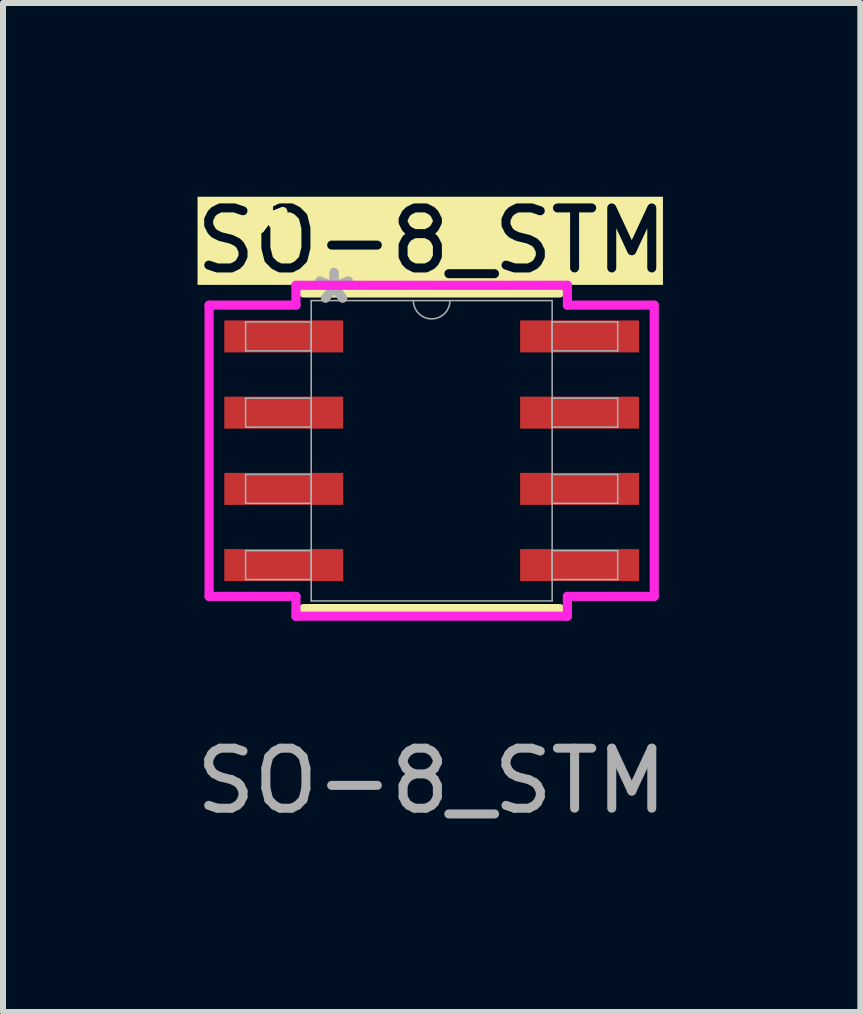
<source format=kicad_pcb>
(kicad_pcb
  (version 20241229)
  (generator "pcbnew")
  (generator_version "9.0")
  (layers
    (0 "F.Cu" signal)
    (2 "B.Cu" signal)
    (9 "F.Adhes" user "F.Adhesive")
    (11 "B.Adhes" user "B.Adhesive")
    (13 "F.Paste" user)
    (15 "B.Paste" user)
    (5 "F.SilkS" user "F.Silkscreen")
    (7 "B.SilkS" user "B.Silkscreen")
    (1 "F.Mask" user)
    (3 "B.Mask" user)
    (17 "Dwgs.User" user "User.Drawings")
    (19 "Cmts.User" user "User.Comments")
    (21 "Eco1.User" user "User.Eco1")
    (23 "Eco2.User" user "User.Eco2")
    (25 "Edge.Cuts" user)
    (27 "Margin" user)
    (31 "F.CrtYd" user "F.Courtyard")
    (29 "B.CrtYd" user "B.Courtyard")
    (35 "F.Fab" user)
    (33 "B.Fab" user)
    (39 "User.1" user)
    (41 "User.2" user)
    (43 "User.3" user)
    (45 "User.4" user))
  (footprint "SO-8_STM"
    (layer "F.Cu")
    (at 4.141 4.459)
    (property "Reference" "SO-8_STM" (at 0 -3.5 0) (unlocked yes) (layer "F.SilkS" knockout) (effects (font (size 1 1) (thickness 0.15))))
    (attr smd)
    (fp_line (start -2.134 2.629) (end 2.134 2.629) (stroke (width 0.152) (type solid)) (layer "F.SilkS"))
    (fp_line (start 2.134 -2.629) (end -2.134 -2.629) (stroke (width 0.152) (type solid)) (layer "F.SilkS"))
    (fp_line (start -3.708 -2.426) (end -2.261 -2.426) (stroke (width 0.152) (type solid)) (layer "F.CrtYd"))
    (fp_line (start -3.708 2.426) (end -3.708 -2.426) (stroke (width 0.152) (type solid)) (layer "F.CrtYd"))
    (fp_line (start -3.708 2.426) (end -2.261 2.426) (stroke (width 0.152) (type solid)) (layer "F.CrtYd"))
    (fp_line (start -2.261 -2.756) (end 2.261 -2.756) (stroke (width 0.152) (type solid)) (layer "F.CrtYd"))
    (fp_line (start -2.261 -2.426) (end -2.261 -2.756) (stroke (width 0.152) (type solid)) (layer "F.CrtYd"))
    (fp_line (start -2.261 2.756) (end -2.261 2.426) (stroke (width 0.152) (type solid)) (layer "F.CrtYd"))
    (fp_line (start 2.261 -2.756) (end 2.261 -2.426) (stroke (width 0.152) (type solid)) (layer "F.CrtYd"))
    (fp_line (start 2.261 2.426) (end 2.261 2.756) (stroke (width 0.152) (type solid)) (layer "F.CrtYd"))
    (fp_line (start 2.261 2.756) (end -2.261 2.756) (stroke (width 0.152) (type solid)) (layer "F.CrtYd"))
    (fp_line (start 3.708 -2.426) (end 2.261 -2.426) (stroke (width 0.152) (type solid)) (layer "F.CrtYd"))
    (fp_line (start 3.708 -2.426) (end 3.708 2.426) (stroke (width 0.152) (type solid)) (layer "F.CrtYd"))
    (fp_line (start 3.708 2.426) (end 2.261 2.426) (stroke (width 0.152) (type solid)) (layer "F.CrtYd"))
    (fp_line (start -3.099 -2.146) (end -3.099 -1.664) (stroke (width 0.025) (type solid)) (layer "F.Fab"))
    (fp_line (start -3.099 -1.664) (end -2.007 -1.664) (stroke (width 0.025) (type solid)) (layer "F.Fab"))
    (fp_line (start -3.099 -0.876) (end -3.099 -0.394) (stroke (width 0.025) (type solid)) (layer "F.Fab"))
    (fp_line (start -3.099 -0.394) (end -2.007 -0.394) (stroke (width 0.025) (type solid)) (layer "F.Fab"))
    (fp_line (start -3.099 0.394) (end -3.099 0.876) (stroke (width 0.025) (type solid)) (layer "F.Fab"))
    (fp_line (start -3.099 0.876) (end -2.007 0.876) (stroke (width 0.025) (type solid)) (layer "F.Fab"))
    (fp_line (start -3.099 1.664) (end -3.099 2.146) (stroke (width 0.025) (type solid)) (layer "F.Fab"))
    (fp_line (start -3.099 2.146) (end -2.007 2.146) (stroke (width 0.025) (type solid)) (layer "F.Fab"))
    (fp_line (start -2.007 -2.502) (end -2.007 2.502) (stroke (width 0.025) (type solid)) (layer "F.Fab"))
    (fp_line (start -2.007 -2.146) (end -3.099 -2.146) (stroke (width 0.025) (type solid)) (layer "F.Fab"))
    (fp_line (start -2.007 -1.664) (end -2.007 -2.146) (stroke (width 0.025) (type solid)) (layer "F.Fab"))
    (fp_line (start -2.007 -0.876) (end -3.099 -0.876) (stroke (width 0.025) (type solid)) (layer "F.Fab"))
    (fp_line (start -2.007 -0.394) (end -2.007 -0.876) (stroke (width 0.025) (type solid)) (layer "F.Fab"))
    (fp_line (start -2.007 0.394) (end -3.099 0.394) (stroke (width 0.025) (type solid)) (layer "F.Fab"))
    (fp_line (start -2.007 0.876) (end -2.007 0.394) (stroke (width 0.025) (type solid)) (layer "F.Fab"))
    (fp_line (start -2.007 1.664) (end -3.099 1.664) (stroke (width 0.025) (type solid)) (layer "F.Fab"))
    (fp_line (start -2.007 2.146) (end -2.007 1.664) (stroke (width 0.025) (type solid)) (layer "F.Fab"))
    (fp_line (start -2.007 2.502) (end 2.007 2.502) (stroke (width 0.025) (type solid)) (layer "F.Fab"))
    (fp_line (start 2.007 -2.502) (end -2.007 -2.502) (stroke (width 0.025) (type solid)) (layer "F.Fab"))
    (fp_line (start 2.007 -2.146) (end 2.007 -1.664) (stroke (width 0.025) (type solid)) (layer "F.Fab"))
    (fp_line (start 2.007 -1.664) (end 3.099 -1.664) (stroke (width 0.025) (type solid)) (layer "F.Fab"))
    (fp_line (start 2.007 -0.876) (end 2.007 -0.394) (stroke (width 0.025) (type solid)) (layer "F.Fab"))
    (fp_line (start 2.007 -0.394) (end 3.099 -0.394) (stroke (width 0.025) (type solid)) (layer "F.Fab"))
    (fp_line (start 2.007 0.394) (end 2.007 0.876) (stroke (width 0.025) (type solid)) (layer "F.Fab"))
    (fp_line (start 2.007 0.876) (end 3.099 0.876) (stroke (width 0.025) (type solid)) (layer "F.Fab"))
    (fp_line (start 2.007 1.664) (end 2.007 2.146) (stroke (width 0.025) (type solid)) (layer "F.Fab"))
    (fp_line (start 2.007 2.146) (end 3.099 2.146) (stroke (width 0.025) (type solid)) (layer "F.Fab"))
    (fp_line (start 2.007 2.502) (end 2.007 -2.502) (stroke (width 0.025) (type solid)) (layer "F.Fab"))
    (fp_line (start 3.099 -2.146) (end 2.007 -2.146) (stroke (width 0.025) (type solid)) (layer "F.Fab"))
    (fp_line (start 3.099 -1.664) (end 3.099 -2.146) (stroke (width 0.025) (type solid)) (layer "F.Fab"))
    (fp_line (start 3.099 -0.876) (end 2.007 -0.876) (stroke (width 0.025) (type solid)) (layer "F.Fab"))
    (fp_line (start 3.099 -0.394) (end 3.099 -0.876) (stroke (width 0.025) (type solid)) (layer "F.Fab"))
    (fp_line (start 3.099 0.394) (end 2.007 0.394) (stroke (width 0.025) (type solid)) (layer "F.Fab"))
    (fp_line (start 3.099 0.876) (end 3.099 0.394) (stroke (width 0.025) (type solid)) (layer "F.Fab"))
    (fp_line (start 3.099 1.664) (end 2.007 1.664) (stroke (width 0.025) (type solid)) (layer "F.Fab"))
    (fp_line (start 3.099 2.146) (end 3.099 1.664) (stroke (width 0.025) (type solid)) (layer "F.Fab"))
    (fp_arc (start 0.3048 -2.5019) (mid 0 -2.1971) (end -0.3048 -2.5019) (stroke (width 0.0254) (type solid)) (layer "F.Fab"))
    (fp_text user "*" (at -2.718 -3.581 0) (unlocked yes) (layer "F.SilkS") (effects (font (size 1 1) (thickness 0.15))))
    (fp_text user "*" (at -2.718 -3.581 0) (layer "F.SilkS") (effects (font (size 1 1) (thickness 0.15))))
    (fp_text user "*" (at -1.626 -2.426 0) (layer "F.Fab") (effects (font (size 1 1) (thickness 0.15))))
    (fp_text user "${REFERENCE}" (at 0 5.5 0) (unlocked yes) (layer "F.Fab") (effects (font (size 1 1) (thickness 0.15))))
    (fp_text user "*" (at -1.626 -2.426 0) (unlocked yes) (layer "F.Fab") (effects (font (size 1 1) (thickness 0.15))))
    (pad "1" smd rect (at -2.464 -1.905) (size 1.981 0.533) (layers "F.Cu" "F.Mask" "F.Paste"))
    (pad "2" smd rect (at -2.464 -0.635) (size 1.981 0.533) (layers "F.Cu" "F.Mask" "F.Paste"))
    (pad "3" smd rect (at -2.464 0.635) (size 1.981 0.533) (layers "F.Cu" "F.Mask" "F.Paste"))
    (pad "4" smd rect (at -2.464 1.905) (size 1.981 0.533) (layers "F.Cu" "F.Mask" "F.Paste"))
    (pad "5" smd rect (at 2.464 1.905) (size 1.981 0.533) (layers "F.Cu" "F.Mask" "F.Paste"))
    (pad "6" smd rect (at 2.464 0.635) (size 1.981 0.533) (layers "F.Cu" "F.Mask" "F.Paste"))
    (pad "7" smd rect (at 2.464 -0.635) (size 1.981 0.533) (layers "F.Cu" "F.Mask" "F.Paste"))
    (pad "8" smd rect (at 2.464 -1.905) (size 1.981 0.533) (layers "F.Cu" "F.Mask" "F.Paste")))
  (gr_rect
    (start -3 -3)
    (end 11.282 13.808)
    (stroke (width 0.1) (type default))
    (fill no)
    (layer "Edge.Cuts")))
</source>
